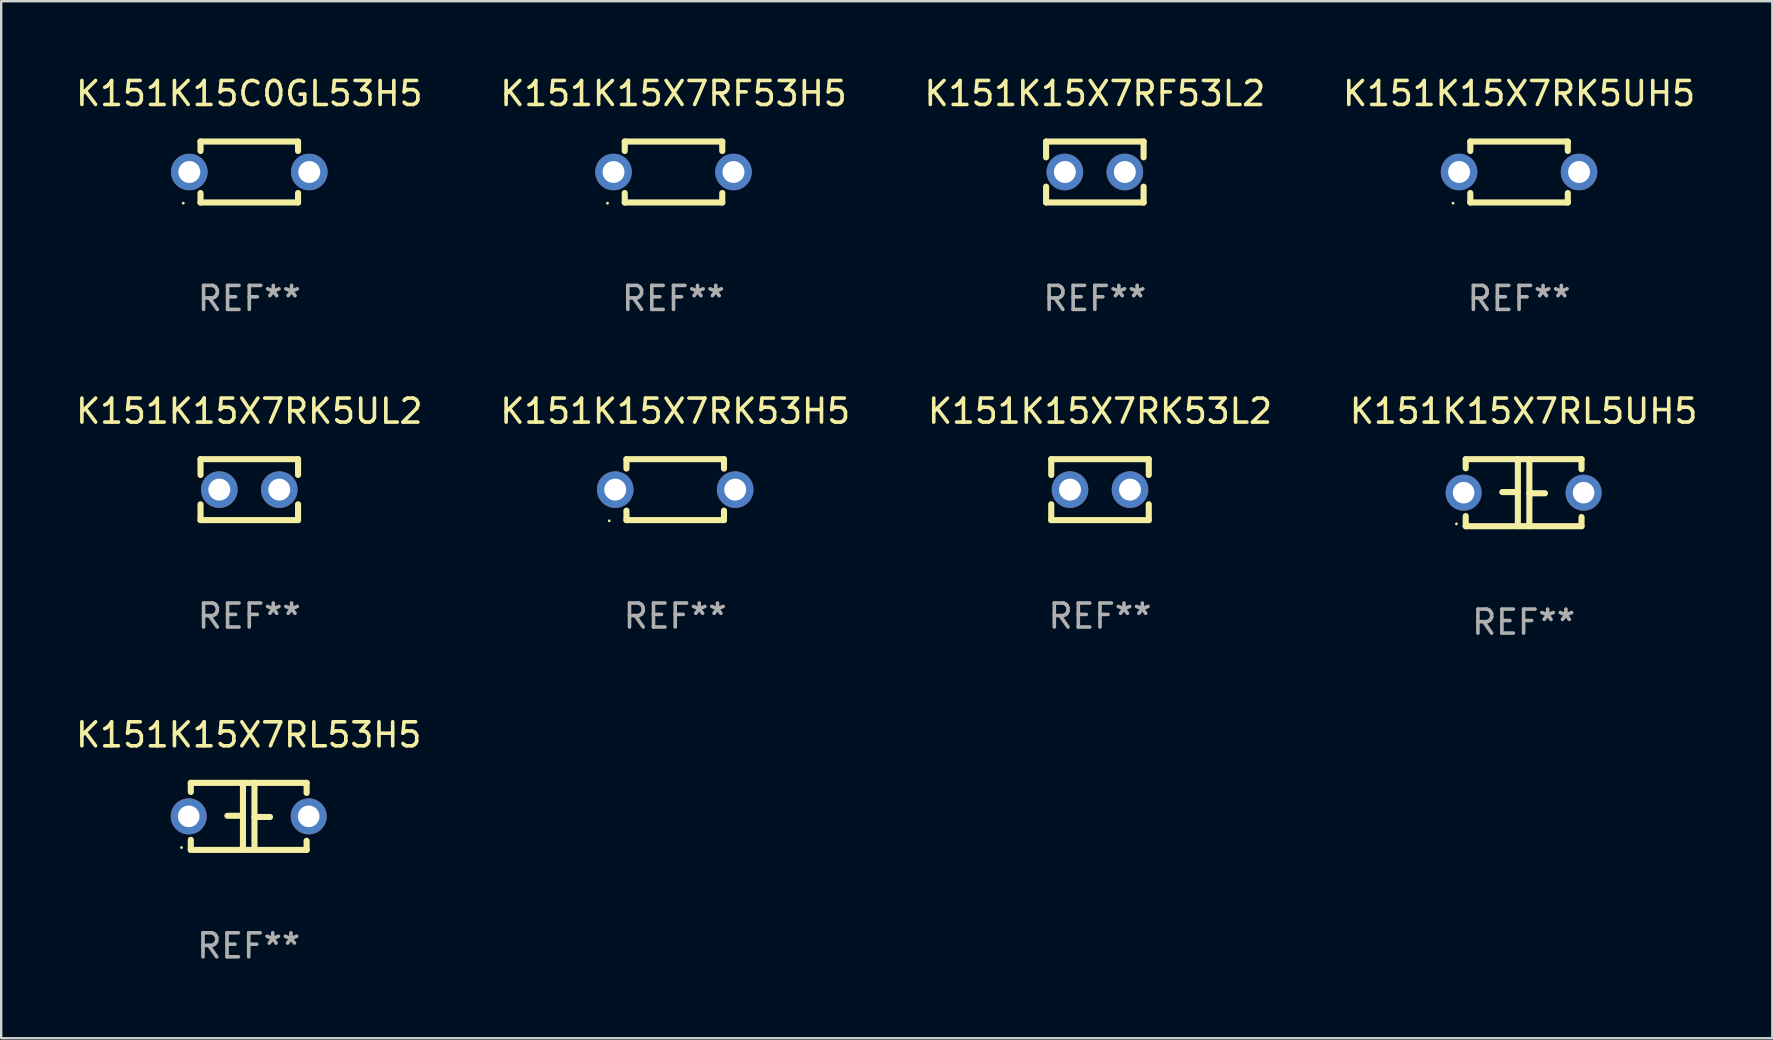
<source format=kicad_pcb>
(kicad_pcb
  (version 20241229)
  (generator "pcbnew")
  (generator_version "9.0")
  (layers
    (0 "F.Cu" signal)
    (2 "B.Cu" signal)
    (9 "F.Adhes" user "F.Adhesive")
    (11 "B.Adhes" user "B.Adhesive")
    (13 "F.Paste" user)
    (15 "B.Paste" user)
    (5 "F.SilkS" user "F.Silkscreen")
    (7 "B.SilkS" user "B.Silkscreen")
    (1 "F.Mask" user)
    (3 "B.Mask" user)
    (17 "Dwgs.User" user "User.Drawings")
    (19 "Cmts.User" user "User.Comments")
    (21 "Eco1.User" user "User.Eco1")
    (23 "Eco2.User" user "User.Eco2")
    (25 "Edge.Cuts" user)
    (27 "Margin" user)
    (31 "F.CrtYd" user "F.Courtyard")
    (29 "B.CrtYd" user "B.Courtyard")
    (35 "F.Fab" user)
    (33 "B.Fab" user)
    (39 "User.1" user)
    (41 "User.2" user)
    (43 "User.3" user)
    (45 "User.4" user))
  (footprint "K151K15X7RK53H5"
    (layer "F.Cu")
    (at 25.089 17.355)
    (property "Reference" "K151K15X7RK53H5" (at 0 -3.27 0) (layer "F.SilkS") (effects (font (size 1 1) (thickness 0.15))))
    (attr through_hole)
    (fp_line (start -2.032 -1.27) (end -2.032 -0.876) (stroke (width 0.254) (type solid)) (layer "F.SilkS"))
    (fp_line (start -2.032 0.876) (end -2.032 1.27) (stroke (width 0.254) (type solid)) (layer "F.SilkS"))
    (fp_line (start -2.032 1.27) (end 2.032 1.27) (stroke (width 0.254) (type solid)) (layer "F.SilkS"))
    (fp_line (start 2.032 -1.27) (end -2.032 -1.27) (stroke (width 0.254) (type solid)) (layer "F.SilkS"))
    (fp_line (start 2.032 -0.876) (end 2.032 -1.27) (stroke (width 0.254) (type solid)) (layer "F.SilkS"))
    (fp_line (start 2.032 1.27) (end 2.032 0.876) (stroke (width 0.254) (type solid)) (layer "F.SilkS"))
    (fp_circle (center -2.751 1.3) (end -2.721 1.3) (stroke (width 0.06) (type solid)) (fill no) (layer "F.SilkS"))
    (fp_text user "REF**" (at 0 5.27 0) (layer "F.Fab") (effects (font (size 1 1) (thickness 0.15))))
    (pad "1" thru_hole circle (at -2.5 0) (size 1.524 1.524) (drill 0.914) (layers "*.Cu" "*.Mask"))
    (pad "2" thru_hole circle (at 2.5 0) (size 1.524 1.524) (drill 0.914) (layers "*.Cu" "*.Mask")))
  (footprint "K151K15C0GL53H5"
    (layer "F.Cu")
    (at 7.339 4.118)
    (property "Reference" "K151K15C0GL53H5" (at 0 -3.27 0) (layer "F.SilkS") (effects (font (size 1 1) (thickness 0.15))))
    (attr through_hole)
    (fp_line (start -2.032 -1.27) (end -2.032 -0.876) (stroke (width 0.254) (type solid)) (layer "F.SilkS"))
    (fp_line (start -2.032 0.876) (end -2.032 1.27) (stroke (width 0.254) (type solid)) (layer "F.SilkS"))
    (fp_line (start -2.032 1.27) (end 2.032 1.27) (stroke (width 0.254) (type solid)) (layer "F.SilkS"))
    (fp_line (start 2.032 -1.27) (end -2.032 -1.27) (stroke (width 0.254) (type solid)) (layer "F.SilkS"))
    (fp_line (start 2.032 -0.876) (end 2.032 -1.27) (stroke (width 0.254) (type solid)) (layer "F.SilkS"))
    (fp_line (start 2.032 1.27) (end 2.032 0.876) (stroke (width 0.254) (type solid)) (layer "F.SilkS"))
    (fp_circle (center -2.751 1.3) (end -2.721 1.3) (stroke (width 0.06) (type solid)) (fill no) (layer "F.SilkS"))
    (fp_text user "REF**" (at 0 5.27 0) (layer "F.Fab") (effects (font (size 1 1) (thickness 0.15))))
    (pad "1" thru_hole circle (at -2.5 0) (size 1.524 1.524) (drill 0.914) (layers "*.Cu" "*.Mask"))
    (pad "2" thru_hole circle (at 2.5 0) (size 1.524 1.524) (drill 0.914) (layers "*.Cu" "*.Mask")))
  (footprint "K151K15X7RK5UH5"
    (layer "F.Cu")
    (at 60.256 4.118)
    (property "Reference" "K151K15X7RK5UH5" (at 0 -3.27 0) (layer "F.SilkS") (effects (font (size 1 1) (thickness 0.15))))
    (attr through_hole)
    (fp_line (start -2.032 -1.27) (end -2.032 -0.876) (stroke (width 0.254) (type solid)) (layer "F.SilkS"))
    (fp_line (start -2.032 0.876) (end -2.032 1.27) (stroke (width 0.254) (type solid)) (layer "F.SilkS"))
    (fp_line (start -2.032 1.27) (end 2.032 1.27) (stroke (width 0.254) (type solid)) (layer "F.SilkS"))
    (fp_line (start 2.032 -1.27) (end -2.032 -1.27) (stroke (width 0.254) (type solid)) (layer "F.SilkS"))
    (fp_line (start 2.032 -0.876) (end 2.032 -1.27) (stroke (width 0.254) (type solid)) (layer "F.SilkS"))
    (fp_line (start 2.032 1.27) (end 2.032 0.876) (stroke (width 0.254) (type solid)) (layer "F.SilkS"))
    (fp_circle (center -2.751 1.3) (end -2.721 1.3) (stroke (width 0.06) (type solid)) (fill no) (layer "F.SilkS"))
    (fp_text user "REF**" (at 0 5.27 0) (layer "F.Fab") (effects (font (size 1 1) (thickness 0.15))))
    (pad "1" thru_hole circle (at -2.5 0) (size 1.524 1.524) (drill 0.914) (layers "*.Cu" "*.Mask"))
    (pad "2" thru_hole circle (at 2.5 0) (size 1.524 1.524) (drill 0.914) (layers "*.Cu" "*.Mask")))
  (footprint "K151K15X7RL53H5"
    (layer "F.Cu")
    (at 7.315 30.972)
    (property "Reference" "K151K15X7RL53H5" (at 0 -3.397 0) (layer "F.SilkS") (effects (font (size 1 1) (thickness 0.15))))
    (attr through_hole)
    (fp_line (start -2.413 -1.397) (end 2.413 -1.397) (stroke (width 0.254) (type solid)) (layer "F.SilkS"))
    (fp_line (start -2.413 -1.016) (end -2.413 -1.397) (stroke (width 0.254) (type solid)) (layer "F.SilkS"))
    (fp_line (start -2.413 0.977) (end -2.413 1.397) (stroke (width 0.254) (type solid)) (layer "F.SilkS"))
    (fp_line (start -0.24 -0.025) (end -0.889 -0.025) (stroke (width 0.254) (type solid)) (layer "F.SilkS"))
    (fp_line (start -0.24 1.397) (end -0.24 -1.397) (stroke (width 0.254) (type solid)) (layer "F.SilkS"))
    (fp_line (start 0.24 -1.397) (end 0.24 1.397) (stroke (width 0.254) (type solid)) (layer "F.SilkS"))
    (fp_line (start 0.24 0.025) (end 0.889 0.025) (stroke (width 0.254) (type solid)) (layer "F.SilkS"))
    (fp_line (start 2.413 -0.977) (end 2.413 -1.397) (stroke (width 0.254) (type solid)) (layer "F.SilkS"))
    (fp_line (start 2.413 1.016) (end 2.413 1.397) (stroke (width 0.254) (type solid)) (layer "F.SilkS"))
    (fp_line (start 2.413 1.397) (end -2.413 1.397) (stroke (width 0.254) (type solid)) (layer "F.SilkS"))
    (fp_circle (center -2.8 1.3) (end -2.77 1.3) (stroke (width 0.06) (type solid)) (fill no) (layer "F.SilkS"))
    (fp_text user "REF**" (at 0 5.397 0) (layer "F.Fab") (effects (font (size 1 1) (thickness 0.15))))
    (pad "1" thru_hole circle (at -2.5 0) (size 1.5 1.5) (drill 0.9) (layers "*.Cu" "*.Mask"))
    (pad "2" thru_hole circle (at 2.5 0) (size 1.5 1.5) (drill 0.9) (layers "*.Cu" "*.Mask")))
  (footprint "K151K15X7RK5UL2"
    (layer "F.Cu")
    (at 7.339 17.355)
    (property "Reference" "K151K15X7RK5UL2" (at 0 -3.27 0) (layer "F.SilkS") (effects (font (size 1 1) (thickness 0.15))))
    (attr through_hole)
    (fp_line (start -2.032 -1.27) (end -2.032 -0.611) (stroke (width 0.254) (type solid)) (layer "F.SilkS"))
    (fp_line (start -2.032 0.611) (end -2.032 1.27) (stroke (width 0.254) (type solid)) (layer "F.SilkS"))
    (fp_line (start -2.032 1.27) (end 2.032 1.27) (stroke (width 0.254) (type solid)) (layer "F.SilkS"))
    (fp_line (start 2.032 -1.27) (end -2.032 -1.27) (stroke (width 0.254) (type solid)) (layer "F.SilkS"))
    (fp_line (start 2.032 -0.611) (end 2.032 -1.27) (stroke (width 0.254) (type solid)) (layer "F.SilkS"))
    (fp_line (start 2.032 1.27) (end 2.032 0.611) (stroke (width 0.254) (type solid)) (layer "F.SilkS"))
    (fp_circle (center -2 1.3) (end -1.97 1.3) (stroke (width 0.06) (type solid)) (fill no) (layer "F.SilkS"))
    (fp_text user "REF**" (at 0 5.27 0) (layer "F.Fab") (effects (font (size 1 1) (thickness 0.15))))
    (pad "1" thru_hole circle (at -1.25 0) (size 1.524 1.524) (drill 0.914) (layers "*.Cu" "*.Mask"))
    (pad "2" thru_hole circle (at 1.25 0) (size 1.524 1.524) (drill 0.914) (layers "*.Cu" "*.Mask")))
  (footprint "K151K15X7RF53H5"
    (layer "F.Cu")
    (at 25.018 4.118)
    (property "Reference" "K151K15X7RF53H5" (at 0 -3.27 0) (layer "F.SilkS") (effects (font (size 1 1) (thickness 0.15))))
    (attr through_hole)
    (fp_line (start -2.032 -1.27) (end -2.032 -0.876) (stroke (width 0.254) (type solid)) (layer "F.SilkS"))
    (fp_line (start -2.032 0.876) (end -2.032 1.27) (stroke (width 0.254) (type solid)) (layer "F.SilkS"))
    (fp_line (start -2.032 1.27) (end 2.032 1.27) (stroke (width 0.254) (type solid)) (layer "F.SilkS"))
    (fp_line (start 2.032 -1.27) (end -2.032 -1.27) (stroke (width 0.254) (type solid)) (layer "F.SilkS"))
    (fp_line (start 2.032 -0.876) (end 2.032 -1.27) (stroke (width 0.254) (type solid)) (layer "F.SilkS"))
    (fp_line (start 2.032 1.27) (end 2.032 0.876) (stroke (width 0.254) (type solid)) (layer "F.SilkS"))
    (fp_circle (center -2.751 1.3) (end -2.721 1.3) (stroke (width 0.06) (type solid)) (fill no) (layer "F.SilkS"))
    (fp_text user "REF**" (at 0 5.27 0) (layer "F.Fab") (effects (font (size 1 1) (thickness 0.15))))
    (pad "1" thru_hole circle (at -2.5 0) (size 1.524 1.524) (drill 0.914) (layers "*.Cu" "*.Mask"))
    (pad "2" thru_hole circle (at 2.5 0) (size 1.524 1.524) (drill 0.914) (layers "*.Cu" "*.Mask")))
  (footprint "K151K15X7RL5UH5"
    (layer "F.Cu")
    (at 60.446 17.482)
    (property "Reference" "K151K15X7RL5UH5" (at 0 -3.397 0) (layer "F.SilkS") (effects (font (size 1 1) (thickness 0.15))))
    (attr through_hole)
    (fp_line (start -2.413 -1.397) (end 2.413 -1.397) (stroke (width 0.254) (type solid)) (layer "F.SilkS"))
    (fp_line (start -2.413 -1.016) (end -2.413 -1.397) (stroke (width 0.254) (type solid)) (layer "F.SilkS"))
    (fp_line (start -2.413 0.977) (end -2.413 1.397) (stroke (width 0.254) (type solid)) (layer "F.SilkS"))
    (fp_line (start -0.24 -0.025) (end -0.889 -0.025) (stroke (width 0.254) (type solid)) (layer "F.SilkS"))
    (fp_line (start -0.24 1.397) (end -0.24 -1.397) (stroke (width 0.254) (type solid)) (layer "F.SilkS"))
    (fp_line (start 0.24 -1.397) (end 0.24 1.397) (stroke (width 0.254) (type solid)) (layer "F.SilkS"))
    (fp_line (start 0.24 0.025) (end 0.889 0.025) (stroke (width 0.254) (type solid)) (layer "F.SilkS"))
    (fp_line (start 2.413 -0.977) (end 2.413 -1.397) (stroke (width 0.254) (type solid)) (layer "F.SilkS"))
    (fp_line (start 2.413 1.016) (end 2.413 1.397) (stroke (width 0.254) (type solid)) (layer "F.SilkS"))
    (fp_line (start 2.413 1.397) (end -2.413 1.397) (stroke (width 0.254) (type solid)) (layer "F.SilkS"))
    (fp_circle (center -2.8 1.3) (end -2.77 1.3) (stroke (width 0.06) (type solid)) (fill no) (layer "F.SilkS"))
    (fp_text user "REF**" (at 0 5.397 0) (layer "F.Fab") (effects (font (size 1 1) (thickness 0.15))))
    (pad "1" thru_hole circle (at -2.5 0) (size 1.5 1.5) (drill 0.9) (layers "*.Cu" "*.Mask"))
    (pad "2" thru_hole circle (at 2.5 0) (size 1.5 1.5) (drill 0.9) (layers "*.Cu" "*.Mask")))
  (footprint "K151K15X7RF53L2"
    (layer "F.Cu")
    (at 42.577 4.118)
    (property "Reference" "K151K15X7RF53L2" (at 0 -3.27 0) (layer "F.SilkS") (effects (font (size 1 1) (thickness 0.15))))
    (attr through_hole)
    (fp_line (start -2.032 -1.27) (end -2.032 -0.611) (stroke (width 0.254) (type solid)) (layer "F.SilkS"))
    (fp_line (start -2.032 0.611) (end -2.032 1.27) (stroke (width 0.254) (type solid)) (layer "F.SilkS"))
    (fp_line (start -2.032 1.27) (end 2.032 1.27) (stroke (width 0.254) (type solid)) (layer "F.SilkS"))
    (fp_line (start 2.032 -1.27) (end -2.032 -1.27) (stroke (width 0.254) (type solid)) (layer "F.SilkS"))
    (fp_line (start 2.032 -0.611) (end 2.032 -1.27) (stroke (width 0.254) (type solid)) (layer "F.SilkS"))
    (fp_line (start 2.032 1.27) (end 2.032 0.611) (stroke (width 0.254) (type solid)) (layer "F.SilkS"))
    (fp_circle (center -2 1.3) (end -1.97 1.3) (stroke (width 0.06) (type solid)) (fill no) (layer "F.SilkS"))
    (fp_text user "REF**" (at 0 5.27 0) (layer "F.Fab") (effects (font (size 1 1) (thickness 0.15))))
    (pad "1" thru_hole circle (at -1.25 0) (size 1.524 1.524) (drill 0.914) (layers "*.Cu" "*.Mask"))
    (pad "2" thru_hole circle (at 1.25 0) (size 1.524 1.524) (drill 0.914) (layers "*.Cu" "*.Mask")))
  (footprint "K151K15X7RK53L2"
    (layer "F.Cu")
    (at 42.792 17.355)
    (property "Reference" "K151K15X7RK53L2" (at 0 -3.27 0) (layer "F.SilkS") (effects (font (size 1 1) (thickness 0.15))))
    (attr through_hole)
    (fp_line (start -2.032 -1.27) (end -2.032 -0.611) (stroke (width 0.254) (type solid)) (layer "F.SilkS"))
    (fp_line (start -2.032 0.611) (end -2.032 1.27) (stroke (width 0.254) (type solid)) (layer "F.SilkS"))
    (fp_line (start -2.032 1.27) (end 2.032 1.27) (stroke (width 0.254) (type solid)) (layer "F.SilkS"))
    (fp_line (start 2.032 -1.27) (end -2.032 -1.27) (stroke (width 0.254) (type solid)) (layer "F.SilkS"))
    (fp_line (start 2.032 -0.611) (end 2.032 -1.27) (stroke (width 0.254) (type solid)) (layer "F.SilkS"))
    (fp_line (start 2.032 1.27) (end 2.032 0.611) (stroke (width 0.254) (type solid)) (layer "F.SilkS"))
    (fp_circle (center -2 1.3) (end -1.97 1.3) (stroke (width 0.06) (type solid)) (fill no) (layer "F.SilkS"))
    (fp_text user "REF**" (at 0 5.27 0) (layer "F.Fab") (effects (font (size 1 1) (thickness 0.15))))
    (pad "1" thru_hole circle (at -1.25 0) (size 1.524 1.524) (drill 0.914) (layers "*.Cu" "*.Mask"))
    (pad "2" thru_hole circle (at 1.25 0) (size 1.524 1.524) (drill 0.914) (layers "*.Cu" "*.Mask")))
  (gr_rect
    (start -3 -3)
    (end 70.81 40.218)
    (stroke (width 0.1) (type default))
    (fill no)
    (layer "Edge.Cuts")))
</source>
